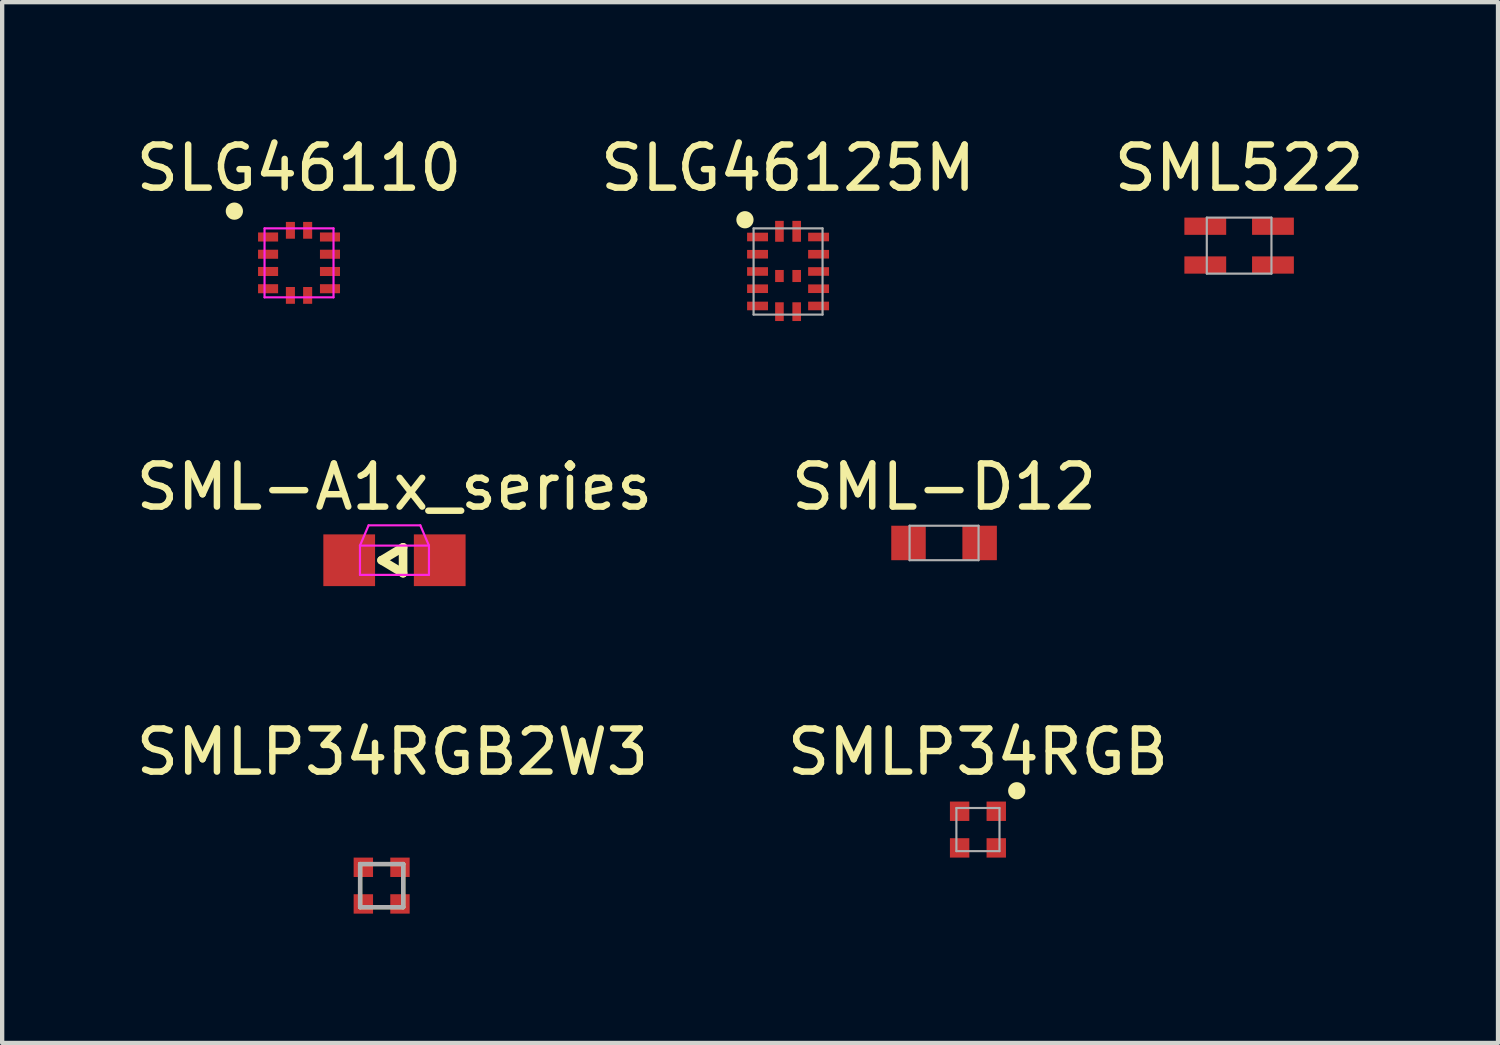
<source format=kicad_pcb>
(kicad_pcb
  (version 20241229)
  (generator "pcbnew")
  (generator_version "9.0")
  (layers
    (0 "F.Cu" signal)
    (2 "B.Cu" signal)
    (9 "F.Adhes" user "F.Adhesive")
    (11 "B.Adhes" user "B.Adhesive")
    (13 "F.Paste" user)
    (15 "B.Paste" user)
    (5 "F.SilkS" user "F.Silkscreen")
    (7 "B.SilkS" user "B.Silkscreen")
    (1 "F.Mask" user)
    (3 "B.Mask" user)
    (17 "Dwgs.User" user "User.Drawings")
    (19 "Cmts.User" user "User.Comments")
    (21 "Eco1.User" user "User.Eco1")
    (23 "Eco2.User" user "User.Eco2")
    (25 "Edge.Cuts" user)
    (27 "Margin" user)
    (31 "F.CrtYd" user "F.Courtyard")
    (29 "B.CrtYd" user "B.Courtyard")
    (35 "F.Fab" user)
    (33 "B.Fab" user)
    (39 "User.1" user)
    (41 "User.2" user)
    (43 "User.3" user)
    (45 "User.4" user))
  (footprint "SML522"
    (layer "F.Cu")
    (at 25.696 2.648)
    (property "Reference" "SML522" (at 0 -1.8 0) (layer "F.SilkS") (effects (font (size 1 1) (thickness 0.15))))
    (attr smd)
    (fp_line (start -0.75 -0.65) (end 0.75 -0.65) (stroke (width 0.05) (type solid)) (layer "F.Fab"))
    (fp_line (start -0.75 0.65) (end -0.75 -0.65) (stroke (width 0.05) (type solid)) (layer "F.Fab"))
    (fp_line (start 0.75 -0.65) (end 0.75 0.65) (stroke (width 0.05) (type solid)) (layer "F.Fab"))
    (fp_line (start 0.75 0.65) (end -0.75 0.65) (stroke (width 0.05) (type solid)) (layer "F.Fab"))
    (pad "1" smd rect (at 0.785 -0.45) (size 0.97 0.4) (layers "F.Cu" "F.Mask" "F.Paste"))
    (pad "2" smd rect (at -0.785 -0.45) (size 0.97 0.4) (layers "F.Cu" "F.Mask" "F.Paste"))
    (pad "3" smd rect (at 0.785 0.45) (size 0.97 0.4) (layers "F.Cu" "F.Mask" "F.Paste"))
    (pad "4" smd rect (at -0.785 0.45) (size 0.97 0.4) (layers "F.Cu" "F.Mask" "F.Paste")))
  (footprint "SMLP34RGB"
    (layer "F.Cu")
    (at 19.637 16.195)
    (property "Reference" "SMLP34RGB" (at 0 -1.8 0) (layer "F.SilkS") (effects (font (size 1 1) (thickness 0.15))))
    (attr smd)
    (fp_circle (center 0.9 -0.9) (end 1 -0.9) (stroke (width 0.2) (type solid)) (fill no) (layer "F.SilkS"))
    (fp_line (start -0.5 -0.5) (end 0.5 -0.5) (stroke (width 0.05) (type solid)) (layer "F.Fab"))
    (fp_line (start -0.5 0.5) (end -0.5 -0.5) (stroke (width 0.05) (type solid)) (layer "F.Fab"))
    (fp_line (start 0.5 -0.5) (end 0.5 0.5) (stroke (width 0.05) (type solid)) (layer "F.Fab"))
    (fp_line (start 0.5 0.5) (end -0.5 0.5) (stroke (width 0.05) (type solid)) (layer "F.Fab"))
    (pad "1" smd rect (at 0.425 -0.425) (size 0.45 0.45) (layers "F.Cu" "F.Mask" "F.Paste"))
    (pad "2" smd rect (at 0.425 0.425) (size 0.45 0.45) (layers "F.Cu" "F.Mask" "F.Paste"))
    (pad "3" smd rect (at -0.425 0.425) (size 0.45 0.45) (layers "F.Cu" "F.Mask" "F.Paste"))
    (pad "4" smd rect (at -0.425 -0.425) (size 0.45 0.45) (layers "F.Cu" "F.Mask" "F.Paste")))
  (footprint "SLG46110"
    (layer "F.Cu")
    (at 3.887 3.048)
    (property "Reference" "SLG46110" (at 0 -2.2 0) (layer "F.SilkS") (effects (font (size 1 1) (thickness 0.15))))
    (attr smd)
    (fp_circle (center -1.5 -1.2) (end -1.5 -1.1) (stroke (width 0.2) (type solid)) (fill no) (layer "F.SilkS"))
    (fp_line (start -0.8 -0.8) (end 0.8 -0.8) (stroke (width 0.05) (type solid)) (layer "F.CrtYd"))
    (fp_line (start -0.8 0.8) (end -0.8 -0.8) (stroke (width 0.05) (type solid)) (layer "F.CrtYd"))
    (fp_line (start 0.8 -0.8) (end 0.8 0.8) (stroke (width 0.05) (type solid)) (layer "F.CrtYd"))
    (fp_line (start 0.8 0.8) (end -0.8 0.8) (stroke (width 0.05) (type solid)) (layer "F.CrtYd"))
    (pad "1" smd rect (at -0.718 -0.6) (size 0.465 0.21) (layers "F.Cu" "F.Mask" "F.Paste"))
    (pad "2" smd rect (at -0.718 -0.2) (size 0.465 0.21) (layers "F.Cu" "F.Mask" "F.Paste"))
    (pad "3" smd rect (at -0.718 0.2) (size 0.465 0.21) (layers "F.Cu" "F.Mask" "F.Paste"))
    (pad "4" smd rect (at -0.718 0.6) (size 0.465 0.21) (layers "F.Cu" "F.Mask" "F.Paste"))
    (pad "5" smd rect (at -0.2 0.755) (size 0.21 0.39) (layers "F.Cu" "F.Mask" "F.Paste"))
    (pad "6" smd rect (at 0.2 0.755) (size 0.21 0.39) (layers "F.Cu" "F.Mask" "F.Paste"))
    (pad "7" smd rect (at 0.718 0.6) (size 0.465 0.21) (layers "F.Cu" "F.Mask" "F.Paste"))
    (pad "8" smd rect (at 0.718 0.2) (size 0.465 0.21) (layers "F.Cu" "F.Mask" "F.Paste"))
    (pad "9" smd rect (at 0.718 -0.2) (size 0.465 0.21) (layers "F.Cu" "F.Mask" "F.Paste"))
    (pad "10" smd rect (at 0.718 -0.6) (size 0.465 0.21) (layers "F.Cu" "F.Mask" "F.Paste"))
    (pad "11" smd rect (at 0.2 -0.755) (size 0.21 0.39) (layers "F.Cu" "F.Mask" "F.Paste"))
    (pad "12" smd rect (at -0.2 -0.755) (size 0.21 0.39) (layers "F.Cu" "F.Mask" "F.Paste")))
  (footprint "SML-D12"
    (layer "F.Cu")
    (at 18.851 9.546)
    (property "Reference" "SML-D12" (at 0 -1.3 0) (layer "F.SilkS") (effects (font (size 1 1) (thickness 0.15))))
    (attr through_hole)
    (fp_line (start -0.8 -0.4) (end 0.8 -0.4) (stroke (width 0.05) (type solid)) (layer "F.Fab"))
    (fp_line (start -0.8 0.4) (end -0.8 -0.4) (stroke (width 0.05) (type solid)) (layer "F.Fab"))
    (fp_line (start 0.8 -0.4) (end 0.8 0.4) (stroke (width 0.05) (type solid)) (layer "F.Fab"))
    (fp_line (start 0.8 0.4) (end -0.8 0.4) (stroke (width 0.05) (type solid)) (layer "F.Fab"))
    (pad "1" smd rect (at -0.825 0) (size 0.8 0.8) (layers "F.Cu" "F.Mask" "F.Paste"))
    (pad "2" smd rect (at 0.825 0) (size 0.8 0.8) (layers "F.Cu" "F.Mask" "F.Paste")))
  (footprint "SMLP34RGB2W3"
    (layer "F.Cu")
    (at 5.804 17.495)
    (property "Reference" "SMLP34RGB2W3" (at 0.25 -3.1 0) (layer "F.SilkS") (effects (font (size 1 1) (thickness 0.15))))
    (attr through_hole)
    (fp_line (start -0.5 -0.5) (end 0.5 -0.5) (stroke (width 0.1) (type solid)) (layer "F.SilkS"))
    (fp_line (start -0.5 0.5) (end -0.5 -0.5) (stroke (width 0.1) (type solid)) (layer "F.SilkS"))
    (fp_line (start 0.5 -0.5) (end 0.5 0.5) (stroke (width 0.1) (type solid)) (layer "F.SilkS"))
    (fp_line (start 0.5 0.5) (end -0.5 0.5) (stroke (width 0.1) (type solid)) (layer "F.SilkS"))
    (fp_line (start -0.5 -0.5) (end 0.5 -0.5) (stroke (width 0.1) (type solid)) (layer "F.Fab"))
    (fp_line (start -0.5 0.5) (end -0.5 -0.5) (stroke (width 0.1) (type solid)) (layer "F.Fab"))
    (fp_line (start 0.5 -0.5) (end 0.5 0.5) (stroke (width 0.1) (type solid)) (layer "F.Fab"))
    (fp_line (start 0.5 0.5) (end -0.5 0.5) (stroke (width 0.1) (type solid)) (layer "F.Fab"))
    (pad "1" smd rect (at 0.425 -0.425) (size 0.45 0.45) (layers "F.Cu" "F.Mask" "F.Paste"))
    (pad "2" smd rect (at 0.425 0.425) (size 0.45 0.45) (layers "F.Cu" "F.Mask" "F.Paste"))
    (pad "3" smd rect (at -0.425 0.425) (size 0.45 0.45) (layers "F.Cu" "F.Mask" "F.Paste"))
    (pad "4" smd rect (at -0.425 -0.425) (size 0.45 0.45) (layers "F.Cu" "F.Mask" "F.Paste")))
  (footprint "SML-A1x_series"
    (layer "F.Cu")
    (at 6.101 9.947)
    (property "Reference" "SML-A1x_series" (at 0 -1.7 0) (layer "F.SilkS") (effects (font (size 1 1) (thickness 0.15))))
    (attr through_hole)
    (fp_line (start -0.3 0) (end 0.2 -0.3) (stroke (width 0.2) (type solid)) (layer "F.SilkS"))
    (fp_line (start -0.3 0) (end 0.2 0.3) (stroke (width 0.2) (type solid)) (layer "F.SilkS"))
    (fp_line (start 0.2 0.3) (end 0.2 -0.3) (stroke (width 0.2) (type solid)) (layer "F.SilkS"))
    (fp_line (start -0.8 -0.34) (end -0.6 -0.81) (stroke (width 0.05) (type solid)) (layer "F.CrtYd"))
    (fp_line (start -0.8 -0.34) (end 0.8 -0.34) (stroke (width 0.05) (type solid)) (layer "F.CrtYd"))
    (fp_line (start -0.8 0.34) (end -0.8 -0.34) (stroke (width 0.05) (type solid)) (layer "F.CrtYd"))
    (fp_line (start -0.6 -0.81) (end 0.6 -0.81) (stroke (width 0.05) (type solid)) (layer "F.CrtYd"))
    (fp_line (start 0.6 -0.81) (end 0.8 -0.34) (stroke (width 0.05) (type solid)) (layer "F.CrtYd"))
    (fp_line (start 0.8 -0.34) (end 0.8 0.34) (stroke (width 0.05) (type solid)) (layer "F.CrtYd"))
    (fp_line (start 0.8 0.34) (end -0.8 0.34) (stroke (width 0.05) (type solid)) (layer "F.CrtYd"))
    (pad "1" smd rect (at -1.05 0) (size 1.2 1.2) (layers "F.Cu" "F.Mask" "F.Paste"))
    (pad "2" smd rect (at 1.05 0) (size 1.2 1.2) (layers "F.Cu" "F.Mask" "F.Paste")))
  (footprint "SLG46125M"
    (layer "F.Cu")
    (at 15.232 3.248)
    (property "Reference" "SLG46125M" (at 0 -2.4 0) (layer "F.SilkS") (effects (font (size 1 1) (thickness 0.15))))
    (attr through_hole)
    (fp_circle (center -1 -1.2) (end -1 -1.1) (stroke (width 0.2) (type solid)) (fill no) (layer "F.SilkS"))
    (fp_line (start -0.8 -1) (end -0.8 1) (stroke (width 0.05) (type solid)) (layer "F.Fab"))
    (fp_line (start -0.8 1) (end 0.8 1) (stroke (width 0.05) (type solid)) (layer "F.Fab"))
    (fp_line (start 0.8 -1) (end -0.8 -1) (stroke (width 0.05) (type solid)) (layer "F.Fab"))
    (fp_line (start 0.8 1) (end 0.8 -1) (stroke (width 0.05) (type solid)) (layer "F.Fab"))
    (pad "1" smd rect (at -0.708 -0.8) (size 0.485 0.2) (layers "F.Cu" "F.Mask"))
    (pad "2" smd rect (at -0.708 -0.4) (size 0.485 0.2) (layers "F.Cu" "F.Mask"))
    (pad "3" smd rect (at -0.708 0) (size 0.485 0.2) (layers "F.Cu" "F.Mask"))
    (pad "4" smd rect (at -0.708 0.4) (size 0.485 0.2) (layers "F.Cu" "F.Mask"))
    (pad "5" smd rect (at -0.708 0.8) (size 0.485 0.2) (layers "F.Cu" "F.Mask"))
    (pad "6" smd rect (at -0.2 0.932) (size 0.2 0.435) (layers "F.Cu" "F.Mask"))
    (pad "7" smd rect (at 0.2 0.932) (size 0.2 0.435) (layers "F.Cu" "F.Mask"))
    (pad "8" smd rect (at 0.708 0.8) (size 0.485 0.2) (layers "F.Cu" "F.Mask"))
    (pad "9" smd rect (at 0.708 0.4) (size 0.485 0.2) (layers "F.Cu" "F.Mask"))
    (pad "10" smd rect (at 0.708 0) (size 0.485 0.2) (layers "F.Cu" "F.Mask"))
    (pad "11" smd rect (at 0.708 -0.4) (size 0.485 0.2) (layers "F.Cu" "F.Mask"))
    (pad "12" smd rect (at 0.708 -0.8) (size 0.485 0.2) (layers "F.Cu" "F.Mask"))
    (pad "13" smd rect (at 0.2 -0.932) (size 0.2 0.485) (layers "F.Cu" "F.Mask"))
    (pad "14" smd rect (at -0.2 -0.932) (size 0.2 0.485) (layers "F.Cu" "F.Mask"))
    (pad "15" smd rect (at -0.2 0.105) (size 0.2 0.28) (layers "F.Cu" "F.Mask"))
    (pad "16" smd rect (at 0.2 0.105) (size 0.2 0.28) (layers "F.Cu" "F.Mask")))
  (gr_rect
    (start -3 -3)
    (end 31.702 21.145)
    (stroke (width 0.1) (type default))
    (fill no)
    (layer "Edge.Cuts")))
</source>
